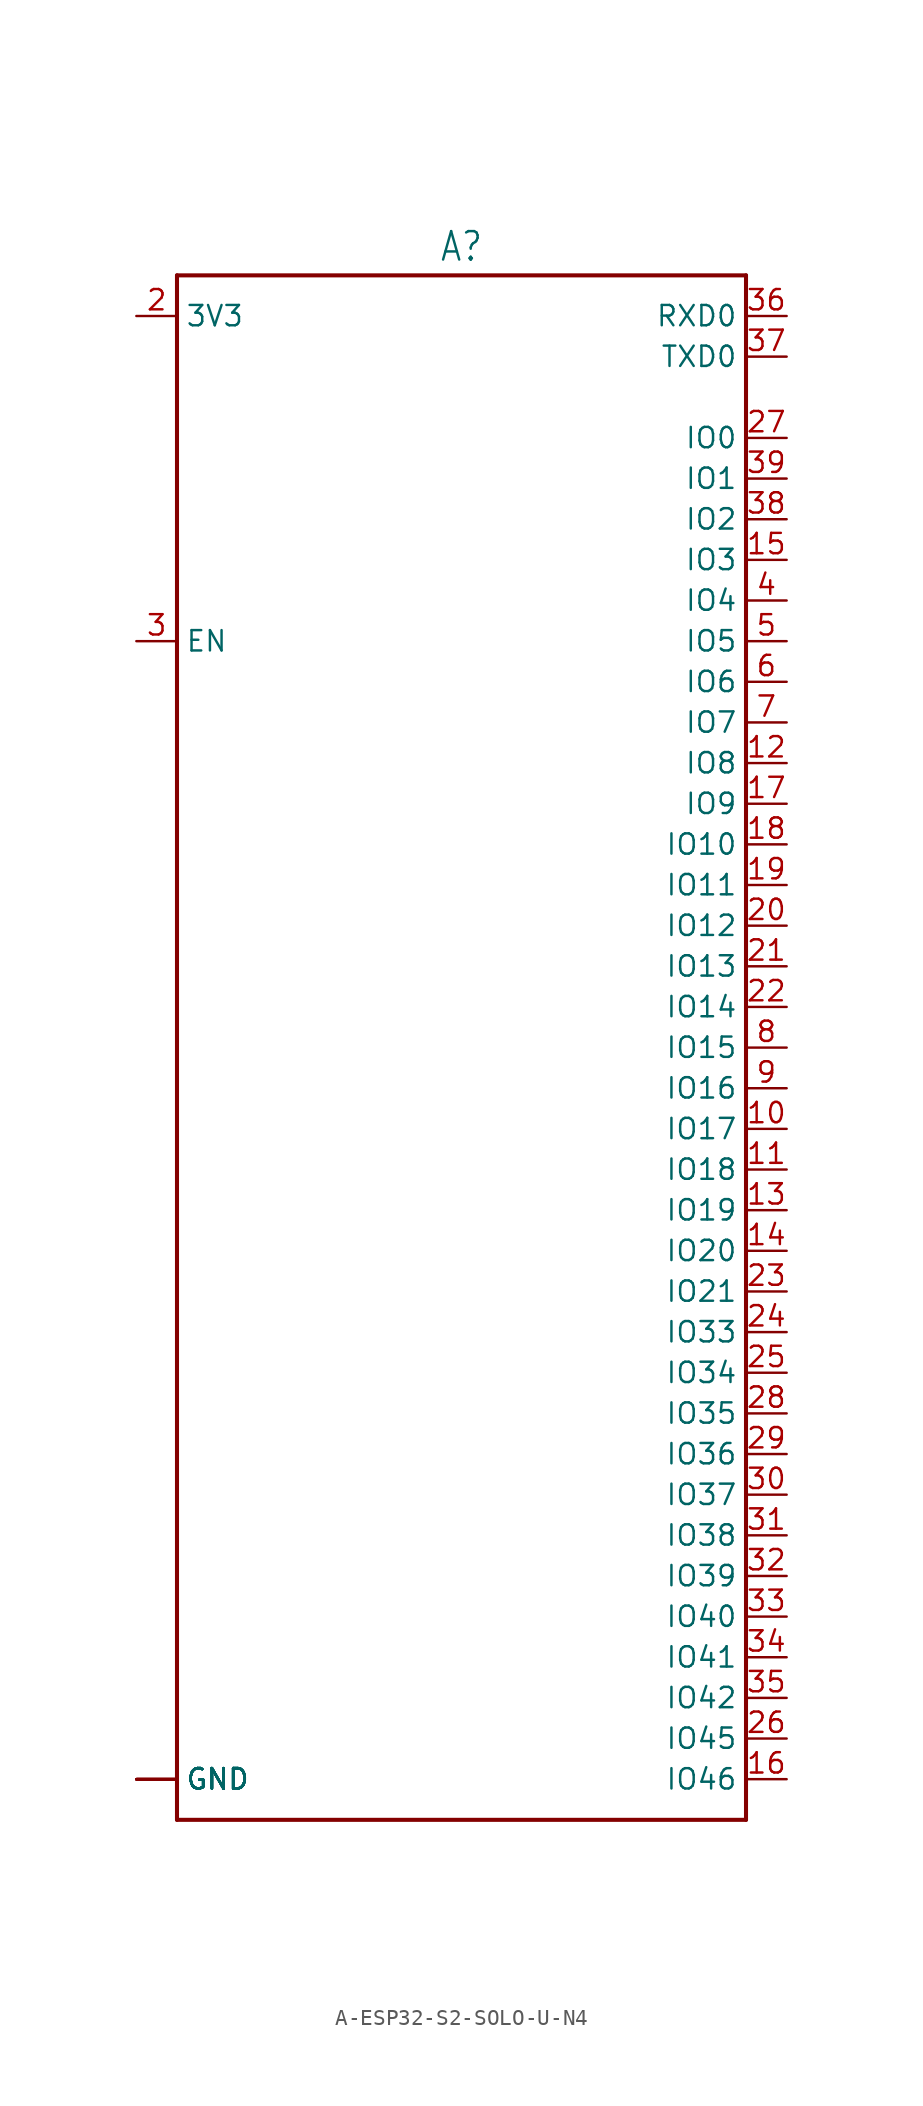
<source format=kicad_sym>
(kicad_symbol_lib
  (version 20231120)
  (generator "kicad_symbol_editor")
  (generator_version "8.0")
  (symbol "A-ESP32-S2-SOLO-U-N4"
    (property "Reference" "A"
      (at 0 49.022 0)
      (effects (font (size 1.778 1.511)) (justify bottom)))
    (property "Value" ""
      (at 0 -49.022 0)
      (effects (font (size 1.778 1.511)) (justify top)))
    (property "ki_locked" ""
      (at 0 0 0)
      (effects (font (size 1.27 1.27))))
    (symbol "A-ESP32-S2-SOLO-U-N4_1_0"
      (polyline (pts (xy -17.78 -48.26) (xy -17.78 48.26)) (stroke (width 0.254) (type solid)) (fill (type none)))
      (polyline (pts (xy -17.78 48.26) (xy 17.78 48.26)) (stroke (width 0.254) (type solid)) (fill (type none)))
      (polyline (pts (xy 17.78 -48.26) (xy -17.78 -48.26)) (stroke (width 0.254) (type solid)) (fill (type none)))
      (polyline (pts (xy 17.78 48.26) (xy 17.78 -48.26)) (stroke (width 0.254) (type solid)) (fill (type none)))
      (pin passive line (at -20.32 -45.72 0) (length 2.54) (name "GND" (effects (font (size 1.27 1.27)))) (number "1" (effects (font (size 0 0)))))
      (pin passive line (at 20.32 -5.08 180) (length 2.54) (name "IO17" (effects (font (size 1.27 1.27)))) (number "10" (effects (font (size 1.27 1.27)))))
      (pin passive line (at 20.32 -7.62 180) (length 2.54) (name "IO18" (effects (font (size 1.27 1.27)))) (number "11" (effects (font (size 1.27 1.27)))))
      (pin passive line (at 20.32 17.78 180) (length 2.54) (name "IO8" (effects (font (size 1.27 1.27)))) (number "12" (effects (font (size 1.27 1.27)))))
      (pin passive line (at 20.32 -10.16 180) (length 2.54) (name "IO19" (effects (font (size 1.27 1.27)))) (number "13" (effects (font (size 1.27 1.27)))))
      (pin passive line (at 20.32 -12.7 180) (length 2.54) (name "IO20" (effects (font (size 1.27 1.27)))) (number "14" (effects (font (size 1.27 1.27)))))
      (pin passive line (at 20.32 30.48 180) (length 2.54) (name "IO3" (effects (font (size 1.27 1.27)))) (number "15" (effects (font (size 1.27 1.27)))))
      (pin passive line (at 20.32 -45.72 180) (length 2.54) (name "IO46" (effects (font (size 1.27 1.27)))) (number "16" (effects (font (size 1.27 1.27)))))
      (pin passive line (at 20.32 15.24 180) (length 2.54) (name "IO9" (effects (font (size 1.27 1.27)))) (number "17" (effects (font (size 1.27 1.27)))))
      (pin passive line (at 20.32 12.7 180) (length 2.54) (name "IO10" (effects (font (size 1.27 1.27)))) (number "18" (effects (font (size 1.27 1.27)))))
      (pin passive line (at 20.32 10.16 180) (length 2.54) (name "IO11" (effects (font (size 1.27 1.27)))) (number "19" (effects (font (size 1.27 1.27)))))
      (pin passive line (at -20.32 45.72 0) (length 2.54) (name "3V3" (effects (font (size 1.27 1.27)))) (number "2" (effects (font (size 1.27 1.27)))))
      (pin passive line (at 20.32 7.62 180) (length 2.54) (name "IO12" (effects (font (size 1.27 1.27)))) (number "20" (effects (font (size 1.27 1.27)))))
      (pin passive line (at 20.32 5.08 180) (length 2.54) (name "IO13" (effects (font (size 1.27 1.27)))) (number "21" (effects (font (size 1.27 1.27)))))
      (pin passive line (at 20.32 2.54 180) (length 2.54) (name "IO14" (effects (font (size 1.27 1.27)))) (number "22" (effects (font (size 1.27 1.27)))))
      (pin passive line (at 20.32 -15.24 180) (length 2.54) (name "IO21" (effects (font (size 1.27 1.27)))) (number "23" (effects (font (size 1.27 1.27)))))
      (pin passive line (at 20.32 -17.78 180) (length 2.54) (name "IO33" (effects (font (size 1.27 1.27)))) (number "24" (effects (font (size 1.27 1.27)))))
      (pin passive line (at 20.32 -20.32 180) (length 2.54) (name "IO34" (effects (font (size 1.27 1.27)))) (number "25" (effects (font (size 1.27 1.27)))))
      (pin passive line (at 20.32 -43.18 180) (length 2.54) (name "IO45" (effects (font (size 1.27 1.27)))) (number "26" (effects (font (size 1.27 1.27)))))
      (pin passive line (at 20.32 38.1 180) (length 2.54) (name "IO0" (effects (font (size 1.27 1.27)))) (number "27" (effects (font (size 1.27 1.27)))))
      (pin passive line (at 20.32 -22.86 180) (length 2.54) (name "IO35" (effects (font (size 1.27 1.27)))) (number "28" (effects (font (size 1.27 1.27)))))
      (pin passive line (at 20.32 -25.4 180) (length 2.54) (name "IO36" (effects (font (size 1.27 1.27)))) (number "29" (effects (font (size 1.27 1.27)))))
      (pin passive line (at -20.32 25.4 0) (length 2.54) (name "EN" (effects (font (size 1.27 1.27)))) (number "3" (effects (font (size 1.27 1.27)))))
      (pin passive line (at 20.32 -27.94 180) (length 2.54) (name "IO37" (effects (font (size 1.27 1.27)))) (number "30" (effects (font (size 1.27 1.27)))))
      (pin passive line (at 20.32 -30.48 180) (length 2.54) (name "IO38" (effects (font (size 1.27 1.27)))) (number "31" (effects (font (size 1.27 1.27)))))
      (pin passive line (at 20.32 -33.02 180) (length 2.54) (name "IO39" (effects (font (size 1.27 1.27)))) (number "32" (effects (font (size 1.27 1.27)))))
      (pin passive line (at 20.32 -35.56 180) (length 2.54) (name "IO40" (effects (font (size 1.27 1.27)))) (number "33" (effects (font (size 1.27 1.27)))))
      (pin passive line (at 20.32 -38.1 180) (length 2.54) (name "IO41" (effects (font (size 1.27 1.27)))) (number "34" (effects (font (size 1.27 1.27)))))
      (pin passive line (at 20.32 -40.64 180) (length 2.54) (name "IO42" (effects (font (size 1.27 1.27)))) (number "35" (effects (font (size 1.27 1.27)))))
      (pin passive line (at 20.32 45.72 180) (length 2.54) (name "RXD0" (effects (font (size 1.27 1.27)))) (number "36" (effects (font (size 1.27 1.27)))))
      (pin passive line (at 20.32 43.18 180) (length 2.54) (name "TXD0" (effects (font (size 1.27 1.27)))) (number "37" (effects (font (size 1.27 1.27)))))
      (pin passive line (at 20.32 33.02 180) (length 2.54) (name "IO2" (effects (font (size 1.27 1.27)))) (number "38" (effects (font (size 1.27 1.27)))))
      (pin passive line (at 20.32 35.56 180) (length 2.54) (name "IO1" (effects (font (size 1.27 1.27)))) (number "39" (effects (font (size 1.27 1.27)))))
      (pin passive line (at 20.32 27.94 180) (length 2.54) (name "IO4" (effects (font (size 1.27 1.27)))) (number "4" (effects (font (size 1.27 1.27)))))
      (pin passive line (at -20.32 -45.72 0) (length 2.54) (name "GND" (effects (font (size 1.27 1.27)))) (number "40" (effects (font (size 0 0)))))
      (pin passive line (at -20.32 -45.72 0) (length 2.54) (name "GND" (effects (font (size 1.27 1.27)))) (number "41" (effects (font (size 0 0)))))
      (pin passive line (at -20.32 -45.72 0) (length 2.54) (name "GND" (effects (font (size 1.27 1.27)))) (number "42" (effects (font (size 0 0)))))
      (pin passive line (at -20.32 -45.72 0) (length 2.54) (name "GND" (effects (font (size 1.27 1.27)))) (number "43" (effects (font (size 0 0)))))
      (pin passive line (at -20.32 -45.72 0) (length 2.54) (name "GND" (effects (font (size 1.27 1.27)))) (number "44" (effects (font (size 0 0)))))
      (pin passive line (at -20.32 -45.72 0) (length 2.54) (name "GND" (effects (font (size 1.27 1.27)))) (number "45" (effects (font (size 0 0)))))
      (pin passive line (at -20.32 -45.72 0) (length 2.54) (name "GND" (effects (font (size 1.27 1.27)))) (number "46" (effects (font (size 0 0)))))
      (pin passive line (at -20.32 -45.72 0) (length 2.54) (name "GND" (effects (font (size 1.27 1.27)))) (number "47" (effects (font (size 0 0)))))
      (pin passive line (at -20.32 -45.72 0) (length 2.54) (name "GND" (effects (font (size 1.27 1.27)))) (number "48" (effects (font (size 0 0)))))
      (pin passive line (at -20.32 -45.72 0) (length 2.54) (name "GND" (effects (font (size 1.27 1.27)))) (number "49" (effects (font (size 0 0)))))
      (pin passive line (at 20.32 25.4 180) (length 2.54) (name "IO5" (effects (font (size 1.27 1.27)))) (number "5" (effects (font (size 1.27 1.27)))))
      (pin passive line (at 20.32 22.86 180) (length 2.54) (name "IO6" (effects (font (size 1.27 1.27)))) (number "6" (effects (font (size 1.27 1.27)))))
      (pin passive line (at 20.32 20.32 180) (length 2.54) (name "IO7" (effects (font (size 1.27 1.27)))) (number "7" (effects (font (size 1.27 1.27)))))
      (pin passive line (at 20.32 0 180) (length 2.54) (name "IO15" (effects (font (size 1.27 1.27)))) (number "8" (effects (font (size 1.27 1.27)))))
      (pin passive line (at 20.32 -2.54 180) (length 2.54) (name "IO16" (effects (font (size 1.27 1.27)))) (number "9" (effects (font (size 1.27 1.27))))))))
</source>
